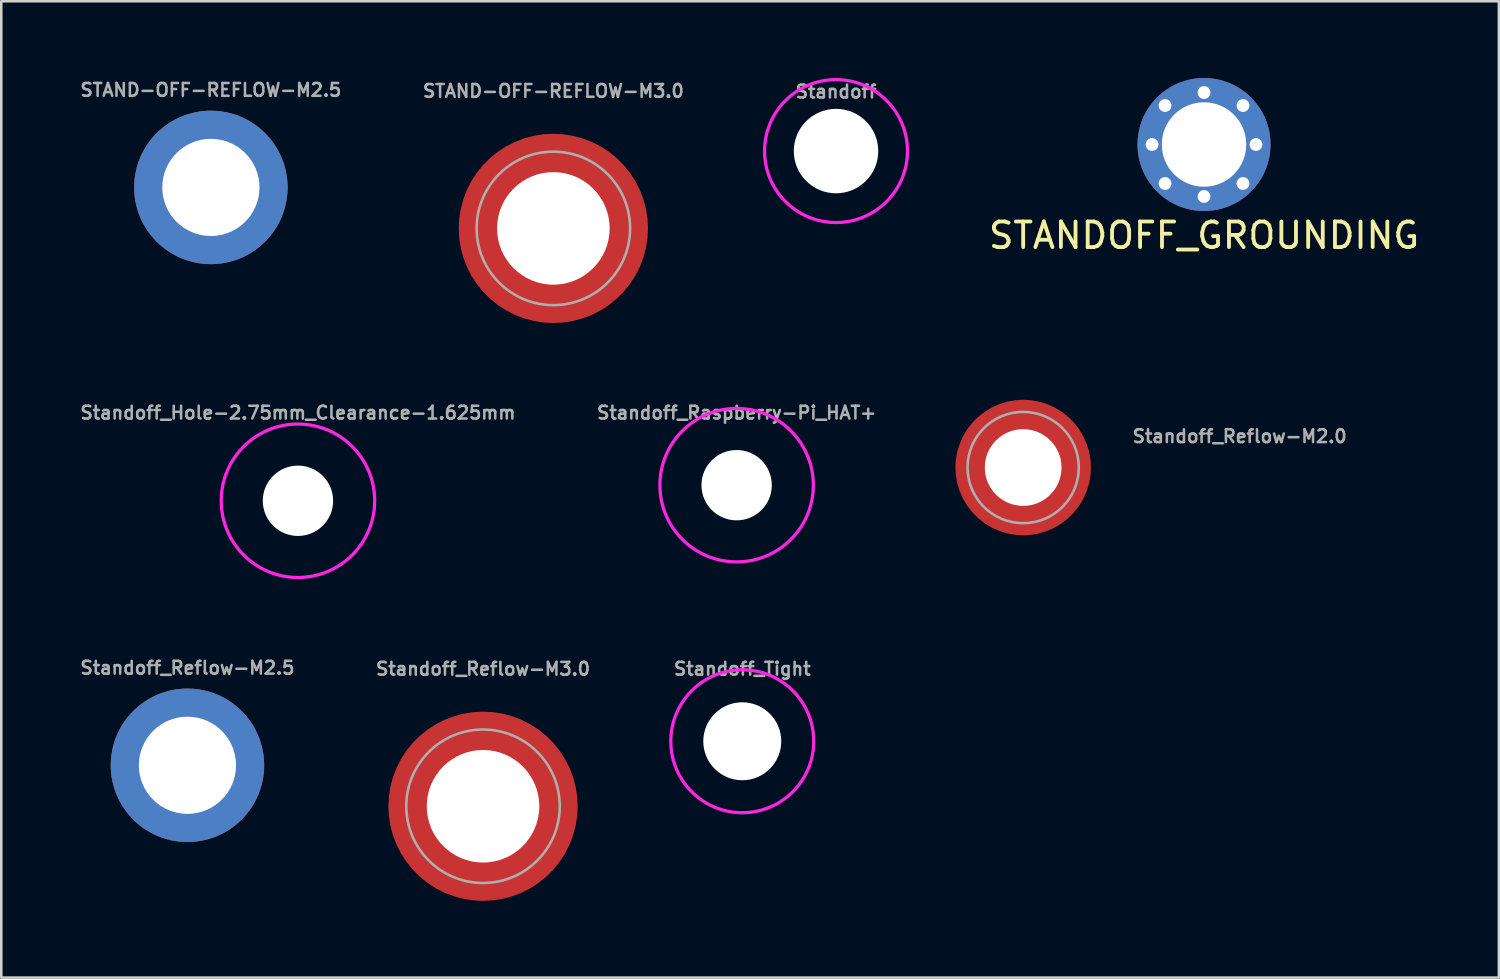
<source format=kicad_pcb>
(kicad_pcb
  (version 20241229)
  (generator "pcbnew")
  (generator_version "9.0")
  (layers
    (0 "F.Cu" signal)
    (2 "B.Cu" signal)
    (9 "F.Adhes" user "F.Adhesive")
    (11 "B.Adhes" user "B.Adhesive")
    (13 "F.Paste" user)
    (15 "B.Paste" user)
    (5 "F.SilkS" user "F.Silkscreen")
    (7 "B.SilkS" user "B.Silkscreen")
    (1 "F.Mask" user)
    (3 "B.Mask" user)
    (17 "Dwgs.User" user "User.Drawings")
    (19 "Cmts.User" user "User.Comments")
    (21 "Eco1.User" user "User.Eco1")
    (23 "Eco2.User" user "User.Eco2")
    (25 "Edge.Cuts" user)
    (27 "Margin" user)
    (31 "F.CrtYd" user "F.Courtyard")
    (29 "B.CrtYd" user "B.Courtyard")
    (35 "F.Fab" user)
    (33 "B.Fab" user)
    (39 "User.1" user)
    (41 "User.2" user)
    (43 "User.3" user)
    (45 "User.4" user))
  (footprint "STAND-OFF-REFLOW-M2.5"
    (layer "F.Cu")
    (at 5.195 4.278)
    (property "Reference" "STAND-OFF-REFLOW-M2.5" (at 0 -3.81 0) (layer "F.Fab") (effects (font (size 0.5 0.5) (thickness 0.1))))
    (fp_poly (pts (xy -1.713 0.865) (xy -1.596 1.079) (xy -1.45 1.276) (xy -1.276 1.45) (xy -1.079 1.596) (xy -0.863 1.714) (xy -0.633 1.799) (xy 0.073 1.95) (xy -0.35 1.95) (xy -0.35 3.06) (xy -0.737 2.992) (xy -1.059 2.898) (xy -1.369 2.768) (xy -1.662 2.605) (xy -1.936 2.41) (xy -2.186 2.186) (xy -2.41 1.936) (xy -2.605 1.662) (xy -2.768 1.369) (xy -2.898 1.059) (xy -2.992 0.737) (xy -3.049 0.409) (xy -3 0.4) (xy -3 0.35) (xy -1.862 0.35)) (stroke (width 0) (type default)) (fill yes) (layer "F.Paste"))
    (fp_poly (pts (xy -0.4 -3) (xy -0.35 -3) (xy -0.35 -1.862) (xy -0.865 -1.713) (xy -1.079 -1.596) (xy -1.276 -1.45) (xy -1.45 -1.276) (xy -1.596 -1.079) (xy -1.714 -0.863) (xy -1.799 -0.633) (xy -1.95 0.073) (xy -1.95 -0.35) (xy -3.06 -0.35) (xy -2.992 -0.737) (xy -2.898 -1.059) (xy -2.768 -1.369) (xy -2.605 -1.662) (xy -2.41 -1.936) (xy -2.186 -2.186) (xy -1.936 -2.41) (xy -1.662 -2.605) (xy -1.369 -2.768) (xy -1.059 -2.898) (xy -0.737 -2.992) (xy -0.409 -3.049)) (stroke (width 0) (type default)) (fill yes) (layer "F.Paste"))
    (fp_poly (pts (xy 0.737 -2.992) (xy 1.059 -2.898) (xy 1.369 -2.768) (xy 1.662 -2.605) (xy 1.936 -2.41) (xy 2.186 -2.186) (xy 2.41 -1.936) (xy 2.605 -1.662) (xy 2.768 -1.369) (xy 2.898 -1.059) (xy 2.992 -0.737) (xy 3.049 -0.409) (xy 3 -0.4) (xy 3 -0.35) (xy 1.86 -0.35) (xy 1.799 -0.633) (xy 1.714 -0.863) (xy 1.596 -1.079) (xy 1.45 -1.276) (xy 1.276 -1.45) (xy 1.079 -1.596) (xy 0.863 -1.714) (xy 0.633 -1.799) (xy -0.073 -1.95) (xy 0.35 -1.95) (xy 0.35 -3.06)) (stroke (width 0) (type default)) (fill yes) (layer "F.Paste"))
    (fp_poly (pts (xy 1.95 0.35) (xy 3.06 0.35) (xy 2.992 0.737) (xy 2.898 1.059) (xy 2.768 1.369) (xy 2.605 1.662) (xy 2.41 1.936) (xy 2.186 2.186) (xy 1.936 2.41) (xy 1.662 2.605) (xy 1.369 2.768) (xy 1.059 2.898) (xy 0.737 2.992) (xy 0.409 3.049) (xy 0.4 3) (xy 0.35 3) (xy 0.35 1.86) (xy 0.633 1.799) (xy 0.863 1.714) (xy 1.079 1.596) (xy 1.276 1.45) (xy 1.45 1.276) (xy 1.596 1.079) (xy 1.714 0.863) (xy 1.799 0.633) (xy 1.95 -0.073)) (stroke (width 0) (type default)) (fill yes) (layer "F.Paste"))
    (pad "1" thru_hole circle (at 0 0) (size 6 6) (drill 3.8) (layers "*.Cu" "*.Mask")))
  (footprint "STANDOFF_GROUNDING"
    (layer "F.Cu")
    (at 44.026 2.6)
    (property "Reference" "STANDOFF_GROUNDING" (at 0 3.556 0) (layer "F.SilkS") (effects (font (size 1 1) (thickness 0.15))))
    (attr through_hole)
    (pad "1" thru_hole circle (at -2.032 0) (size 0.5 0.5) (drill 0.5) (layers "*.Cu" "*.Mask"))
    (pad "1" thru_hole circle (at -1.524 -1.524) (size 0.5 0.5) (drill 0.5) (layers "*.Cu" "*.Mask"))
    (pad "1" thru_hole circle (at -1.524 1.524) (size 0.5 0.5) (drill 0.5) (layers "*.Cu" "*.Mask"))
    (pad "1" thru_hole circle (at 0 -2.032) (size 0.5 0.5) (drill 0.5) (layers "*.Cu" "*.Mask"))
    (pad "1" thru_hole circle (at 0 0) (size 5.2 5.2) (drill 3.302) (layers "*.Cu" "*.Mask"))
    (pad "1" thru_hole circle (at 0 2.032) (size 0.5 0.5) (drill 0.5) (layers "*.Cu" "*.Mask"))
    (pad "1" thru_hole circle (at 1.524 -1.524) (size 0.5 0.5) (drill 0.5) (layers "*.Cu" "*.Mask"))
    (pad "1" thru_hole circle (at 1.524 1.524) (size 0.5 0.5) (drill 0.5) (layers "*.Cu" "*.Mask"))
    (pad "1" thru_hole circle (at 2.032 0) (size 0.5 0.5) (drill 0.5) (layers "*.Cu" "*.Mask")))
  (footprint "Standoff_Reflow-M2.0"
    (layer "F.Cu")
    (at 36.955 15.23)
    (property "Reference" "Standoff_Reflow-M2.0" (at 4.22 -0.93 0) (layer "F.Fab") (effects (font (size 0.5 0.5) (thickness 0.1)) (justify left bottom)))
    (fp_poly (pts (xy -1.505 0.354) (xy -1.485 0.429) (xy -1.455 0.523) (xy -1.415 0.623) (xy -1.351 0.753) (xy -1.306 0.827) (xy -1.251 0.907) (xy -1.201 0.972) (xy -1.141 1.042) (xy -1.022 1.161) (xy -0.967 1.206) (xy -0.887 1.266) (xy -0.812 1.316) (xy -0.743 1.356) (xy -0.643 1.405) (xy -0.573 1.435) (xy -0.508 1.46) (xy -0.429 1.485) (xy -0.354 1.505) (xy -0.295 1.516) (xy -0.295 2.545) (xy -0.361 2.54) (xy -0.426 2.53) (xy -0.511 2.515) (xy -0.601 2.495) (xy -0.751 2.455) (xy -0.827 2.43) (xy -0.897 2.405) (xy -0.972 2.375) (xy -1.042 2.345) (xy -1.117 2.31) (xy -1.167 2.284) (xy -1.252 2.239) (xy -1.323 2.199) (xy -1.393 2.154) (xy -1.468 2.104) (xy -1.563 2.034) (xy -1.658 1.959) (xy -1.718 1.904) (xy -1.788 1.839) (xy -1.849 1.778) (xy -1.909 1.713) (xy -1.959 1.658) (xy -2.014 1.588) (xy -2.064 1.523) (xy -2.114 1.453) (xy -2.164 1.378) (xy -2.204 1.313) (xy -2.249 1.232) (xy -2.289 1.157) (xy -2.33 1.077) (xy -2.365 0.997) (xy -2.395 0.922) (xy -2.42 0.857) (xy -2.45 0.761) (xy -2.48 0.661) (xy -2.505 0.561) (xy -2.52 0.486) (xy -2.53 0.426) (xy -2.54 0.361) (xy -2.545 0.295) (xy -1.516 0.295)) (stroke (width 0) (type default)) (fill yes) (layer "F.Paste"))
    (fp_poly (pts (xy -0.295 -1.516) (xy -0.354 -1.505) (xy -0.429 -1.485) (xy -0.523 -1.455) (xy -0.623 -1.415) (xy -0.753 -1.351) (xy -0.827 -1.306) (xy -0.907 -1.251) (xy -0.972 -1.201) (xy -1.042 -1.141) (xy -1.161 -1.022) (xy -1.206 -0.967) (xy -1.266 -0.887) (xy -1.316 -0.812) (xy -1.356 -0.743) (xy -1.405 -0.643) (xy -1.435 -0.573) (xy -1.46 -0.508) (xy -1.485 -0.429) (xy -1.505 -0.354) (xy -1.516 -0.295) (xy -2.545 -0.295) (xy -2.54 -0.361) (xy -2.53 -0.426) (xy -2.515 -0.511) (xy -2.495 -0.601) (xy -2.455 -0.751) (xy -2.43 -0.827) (xy -2.405 -0.897) (xy -2.375 -0.972) (xy -2.345 -1.042) (xy -2.31 -1.117) (xy -2.284 -1.167) (xy -2.239 -1.252) (xy -2.199 -1.323) (xy -2.154 -1.393) (xy -2.104 -1.468) (xy -2.034 -1.563) (xy -1.959 -1.658) (xy -1.904 -1.718) (xy -1.839 -1.788) (xy -1.778 -1.849) (xy -1.713 -1.909) (xy -1.658 -1.959) (xy -1.588 -2.014) (xy -1.523 -2.064) (xy -1.453 -2.114) (xy -1.378 -2.164) (xy -1.313 -2.204) (xy -1.232 -2.249) (xy -1.157 -2.289) (xy -1.077 -2.33) (xy -0.997 -2.365) (xy -0.922 -2.395) (xy -0.857 -2.42) (xy -0.761 -2.45) (xy -0.661 -2.48) (xy -0.561 -2.505) (xy -0.486 -2.52) (xy -0.426 -2.53) (xy -0.361 -2.54) (xy -0.295 -2.545)) (stroke (width 0) (type default)) (fill yes) (layer "F.Paste"))
    (fp_poly (pts (xy 0.361 -2.54) (xy 0.426 -2.53) (xy 0.511 -2.515) (xy 0.601 -2.495) (xy 0.751 -2.455) (xy 0.827 -2.43) (xy 0.897 -2.405) (xy 0.972 -2.375) (xy 1.042 -2.345) (xy 1.117 -2.31) (xy 1.167 -2.284) (xy 1.252 -2.239) (xy 1.323 -2.199) (xy 1.393 -2.154) (xy 1.468 -2.104) (xy 1.563 -2.034) (xy 1.658 -1.959) (xy 1.718 -1.904) (xy 1.788 -1.839) (xy 1.849 -1.778) (xy 1.909 -1.713) (xy 1.959 -1.658) (xy 2.014 -1.588) (xy 2.064 -1.523) (xy 2.114 -1.453) (xy 2.164 -1.378) (xy 2.204 -1.313) (xy 2.249 -1.232) (xy 2.289 -1.157) (xy 2.33 -1.077) (xy 2.365 -0.997) (xy 2.395 -0.922) (xy 2.42 -0.857) (xy 2.45 -0.761) (xy 2.48 -0.661) (xy 2.505 -0.561) (xy 2.52 -0.486) (xy 2.53 -0.426) (xy 2.54 -0.361) (xy 2.545 -0.295) (xy 1.516 -0.295) (xy 1.505 -0.354) (xy 1.485 -0.429) (xy 1.455 -0.523) (xy 1.415 -0.623) (xy 1.351 -0.753) (xy 1.306 -0.827) (xy 1.251 -0.907) (xy 1.201 -0.972) (xy 1.141 -1.042) (xy 1.022 -1.161) (xy 0.967 -1.206) (xy 0.887 -1.266) (xy 0.812 -1.316) (xy 0.743 -1.356) (xy 0.643 -1.405) (xy 0.573 -1.435) (xy 0.508 -1.46) (xy 0.429 -1.485) (xy 0.354 -1.505) (xy 0.295 -1.516) (xy 0.295 -2.545)) (stroke (width 0) (type default)) (fill yes) (layer "F.Paste"))
    (fp_poly (pts (xy 2.54 0.361) (xy 2.53 0.426) (xy 2.515 0.511) (xy 2.495 0.601) (xy 2.455 0.751) (xy 2.43 0.827) (xy 2.405 0.897) (xy 2.375 0.972) (xy 2.345 1.042) (xy 2.31 1.117) (xy 2.284 1.167) (xy 2.239 1.252) (xy 2.199 1.323) (xy 2.154 1.393) (xy 2.104 1.468) (xy 2.034 1.563) (xy 1.959 1.658) (xy 1.904 1.718) (xy 1.839 1.788) (xy 1.778 1.849) (xy 1.713 1.909) (xy 1.658 1.959) (xy 1.588 2.014) (xy 1.523 2.064) (xy 1.453 2.114) (xy 1.378 2.164) (xy 1.313 2.204) (xy 1.232 2.249) (xy 1.157 2.289) (xy 1.077 2.33) (xy 0.997 2.365) (xy 0.922 2.395) (xy 0.857 2.42) (xy 0.761 2.45) (xy 0.661 2.48) (xy 0.561 2.505) (xy 0.486 2.52) (xy 0.426 2.53) (xy 0.361 2.54) (xy 0.295 2.545) (xy 0.295 1.516) (xy 0.354 1.505) (xy 0.429 1.485) (xy 0.523 1.455) (xy 0.623 1.415) (xy 0.753 1.351) (xy 0.827 1.306) (xy 0.907 1.251) (xy 0.972 1.201) (xy 1.042 1.141) (xy 1.161 1.022) (xy 1.206 0.967) (xy 1.266 0.887) (xy 1.316 0.812) (xy 1.356 0.743) (xy 1.405 0.643) (xy 1.435 0.573) (xy 1.46 0.508) (xy 1.485 0.429) (xy 1.505 0.354) (xy 1.516 0.295) (xy 2.545 0.295)) (stroke (width 0) (type default)) (fill yes) (layer "F.Paste"))
    (fp_circle (center 0 0) (end 2.175 0) (stroke (width 0.1) (type solid)) (fill no) (layer "F.Fab"))
    (pad "" np_thru_hole circle (at 0 0) (size 3 3) (drill 3) (layers "*.Cu" "*.Mask"))
    (pad "1" smd roundrect (at 0 0) (size 5.3 5.3) (layers "F.Cu" "F.Mask") (roundrect_rratio 0.5)))
  (footprint "Standoff_Raspberry-Pi_HAT+"
    (layer "F.Cu")
    (at 25.752 15.92)
    (property "Reference" "Standoff_Raspberry-Pi_HAT+" (at 0 -2.54 0) (layer "F.Fab") (effects (font (size 0.5 0.5) (thickness 0.1)) (justify bottom)))
    (fp_circle (center 0 0) (end 2.9 0) (stroke (width 0.1) (type default)) (fill yes) (layer "F.Mask"))
    (fp_circle (center 0 0) (end 2.9 0) (stroke (width 0.1) (type default)) (fill yes) (layer "B.Mask"))
    (fp_circle (center 0 0) (end 3 0) (stroke (width 0.127) (type solid)) (fill no) (layer "F.CrtYd"))
    (pad "" np_thru_hole circle (at 0 0) (size 2.75 2.75) (drill 2.75) (layers "*.Cu" "*.Mask")))
  (footprint "Standoff"
    (layer "F.Cu")
    (at 29.638 2.857)
    (property "Reference" "Standoff" (at 0 -2.032 0) (layer "F.Fab") (effects (font (size 0.5 0.5) (thickness 0.1)) (justify bottom)))
    (fp_circle (center 0 0) (end 2.794 0) (stroke (width 0.127) (type solid)) (fill no) (layer "F.CrtYd"))
    (pad "" np_thru_hole circle (at 0 0) (size 3.302 3.302) (drill 3.302) (layers "*.Cu" "*.Mask")))
  (footprint "Standoff_Hole-2.75mm_Clearance-1.625mm"
    (layer "F.Cu")
    (at 8.6 16.53)
    (property "Reference" "Standoff_Hole-2.75mm_Clearance-1.625mm" (at 0 -3.15 0) (layer "F.Fab") (effects (font (size 0.5 0.5) (thickness 0.1)) (justify bottom)))
    (attr exclude_from_bom)
    (fp_circle (center 0 0) (end 2.9 0) (stroke (width 0.1) (type default)) (fill yes) (layer "F.Mask"))
    (fp_circle (center 0 0) (end 2.9 0) (stroke (width 0.1) (type default)) (fill yes) (layer "B.Mask"))
    (fp_circle (center 0 0) (end 3 0) (stroke (width 0.127) (type solid)) (fill no) (layer "F.CrtYd"))
    (pad "" np_thru_hole circle (at 0 0) (size 2.75 2.75) (drill 2.75) (layers "*.Cu" "*.Mask")))
  (footprint "STAND-OFF-REFLOW-M3.0"
    (layer "F.Cu")
    (at 18.586 5.88)
    (property "Reference" "STAND-OFF-REFLOW-M3.0" (at 0 -5.08 0) (layer "F.Fab") (effects (font (size 0.5 0.5) (thickness 0.1)) (justify bottom)))
    (fp_poly (pts (xy 0.776 -3.563) (xy 1.14 -3.462) (xy 1.493 -3.325) (xy 1.829 -3.152) (xy 2.146 -2.945) (xy 2.439 -2.707) (xy 2.707 -2.439) (xy 2.945 -2.146) (xy 3.152 -1.829) (xy 3.325 -1.493) (xy 3.463 -1.14) (xy 3.631 -0.375) (xy 2.23 -0.375) (xy 2.152 -0.693) (xy 2.039 -0.977) (xy 1.889 -1.243) (xy 1.703 -1.487) (xy 1.487 -1.703) (xy 1.243 -1.889) (xy 0.978 -2.038) (xy 0.375 -2.232) (xy 0.375 -3.625) (xy 0.402 -3.625)) (stroke (width 0) (type default)) (fill yes) (layer "F.Paste"))
    (fp_poly (pts (xy 3.463 1.14) (xy 3.325 1.493) (xy 3.152 1.829) (xy 2.945 2.146) (xy 2.707 2.439) (xy 2.439 2.707) (xy 2.146 2.945) (xy 1.829 3.152) (xy 1.493 3.325) (xy 1.14 3.462) (xy 0.776 3.563) (xy 0.402 3.625) (xy 0.375 3.625) (xy 0.375 2.232) (xy 0.978 2.038) (xy 1.243 1.889) (xy 1.487 1.703) (xy 1.703 1.487) (xy 1.889 1.243) (xy 2.039 0.977) (xy 2.152 0.693) (xy 2.23 0.375) (xy 3.631 0.375)) (stroke (width 0) (type default)) (fill yes) (layer "F.Paste"))
    (fp_poly (pts (xy -2.152 0.693) (xy -2.039 0.977) (xy -1.889 1.243) (xy -1.703 1.487) (xy -1.487 1.703) (xy -1.243 1.889) (xy -0.977 2.039) (xy -0.693 2.152) (xy -0.375 2.23) (xy -0.375 3.625) (xy -0.402 3.625) (xy -0.776 3.563) (xy -1.14 3.462) (xy -1.493 3.325) (xy -1.829 3.152) (xy -2.146 2.945) (xy -2.439 2.707) (xy -2.707 2.439) (xy -2.945 2.146) (xy -3.152 1.829) (xy -3.325 1.493) (xy -3.463 1.14) (xy -3.631 0.375) (xy -2.23 0.375)) (stroke (width 0) (type default)) (fill yes) (layer "F.Paste"))
    (fp_poly (pts (xy -0.375 -2.23) (xy -0.693 -2.152) (xy -0.977 -2.039) (xy -1.243 -1.889) (xy -1.487 -1.703) (xy -1.703 -1.487) (xy -1.889 -1.243) (xy -2.039 -0.977) (xy -2.152 -0.693) (xy -2.23 -0.375) (xy -3.631 -0.375) (xy -3.463 -1.14) (xy -3.325 -1.493) (xy -3.152 -1.829) (xy -2.945 -2.146) (xy -2.707 -2.439) (xy -2.439 -2.707) (xy -2.146 -2.945) (xy -1.829 -3.152) (xy -1.493 -3.325) (xy -1.14 -3.462) (xy -0.776 -3.563) (xy -0.402 -3.625) (xy -0.375 -3.625)) (stroke (width 0) (type default)) (fill yes) (layer "F.Paste"))
    (fp_circle (center 0 0) (end 3 0) (stroke (width 0.1) (type solid)) (fill no) (layer "F.Fab"))
    (pad "" np_thru_hole circle (at 0 0) (size 4.4 4.4) (drill 4.4) (layers "*.Cu" "*.Mask"))
    (pad "1" smd roundrect (at 0 0) (size 7.4 7.4) (layers "F.Cu" "F.Mask") (roundrect_rratio 0.5)))
  (footprint "Standoff_Tight"
    (layer "F.Cu")
    (at 25.972 25.933)
    (property "Reference" "Standoff_Tight" (at 0 -2.54 0) (layer "F.Fab") (effects (font (size 0.5 0.5) (thickness 0.1)) (justify bottom)))
    (fp_circle (center 0 0) (end 2.794 0) (stroke (width 0.127) (type solid)) (fill no) (layer "F.CrtYd"))
    (pad "" np_thru_hole circle (at 0 0) (size 3.048 3.048) (drill 3.048) (layers "*.Cu" "*.Mask")))
  (footprint "Standoff_Reflow-M3.0"
    (layer "F.Cu")
    (at 15.836 28.474)
    (property "Reference" "Standoff_Reflow-M3.0" (at 0 -5.08 0) (layer "F.Fab") (effects (font (size 0.5 0.5) (thickness 0.1)) (justify bottom)))
    (fp_poly (pts (xy 0.776 -3.563) (xy 1.14 -3.462) (xy 1.493 -3.325) (xy 1.829 -3.152) (xy 2.146 -2.945) (xy 2.439 -2.707) (xy 2.707 -2.439) (xy 2.945 -2.146) (xy 3.152 -1.829) (xy 3.325 -1.493) (xy 3.463 -1.14) (xy 3.631 -0.375) (xy 2.23 -0.375) (xy 2.152 -0.693) (xy 2.039 -0.977) (xy 1.889 -1.243) (xy 1.703 -1.487) (xy 1.487 -1.703) (xy 1.243 -1.889) (xy 0.978 -2.038) (xy 0.375 -2.232) (xy 0.375 -3.625) (xy 0.402 -3.625)) (stroke (width 0) (type default)) (fill yes) (layer "F.Paste"))
    (fp_poly (pts (xy 3.463 1.14) (xy 3.325 1.493) (xy 3.152 1.829) (xy 2.945 2.146) (xy 2.707 2.439) (xy 2.439 2.707) (xy 2.146 2.945) (xy 1.829 3.152) (xy 1.493 3.325) (xy 1.14 3.462) (xy 0.776 3.563) (xy 0.402 3.625) (xy 0.375 3.625) (xy 0.375 2.232) (xy 0.978 2.038) (xy 1.243 1.889) (xy 1.487 1.703) (xy 1.703 1.487) (xy 1.889 1.243) (xy 2.039 0.977) (xy 2.152 0.693) (xy 2.23 0.375) (xy 3.631 0.375)) (stroke (width 0) (type default)) (fill yes) (layer "F.Paste"))
    (fp_poly (pts (xy -2.152 0.693) (xy -2.039 0.977) (xy -1.889 1.243) (xy -1.703 1.487) (xy -1.487 1.703) (xy -1.243 1.889) (xy -0.977 2.039) (xy -0.693 2.152) (xy -0.375 2.23) (xy -0.375 3.625) (xy -0.402 3.625) (xy -0.776 3.563) (xy -1.14 3.462) (xy -1.493 3.325) (xy -1.829 3.152) (xy -2.146 2.945) (xy -2.439 2.707) (xy -2.707 2.439) (xy -2.945 2.146) (xy -3.152 1.829) (xy -3.325 1.493) (xy -3.463 1.14) (xy -3.631 0.375) (xy -2.23 0.375)) (stroke (width 0) (type default)) (fill yes) (layer "F.Paste"))
    (fp_poly (pts (xy -0.375 -2.23) (xy -0.693 -2.152) (xy -0.977 -2.039) (xy -1.243 -1.889) (xy -1.487 -1.703) (xy -1.703 -1.487) (xy -1.889 -1.243) (xy -2.039 -0.977) (xy -2.152 -0.693) (xy -2.23 -0.375) (xy -3.631 -0.375) (xy -3.463 -1.14) (xy -3.325 -1.493) (xy -3.152 -1.829) (xy -2.945 -2.146) (xy -2.707 -2.439) (xy -2.439 -2.707) (xy -2.146 -2.945) (xy -1.829 -3.152) (xy -1.493 -3.325) (xy -1.14 -3.462) (xy -0.776 -3.563) (xy -0.402 -3.625) (xy -0.375 -3.625)) (stroke (width 0) (type default)) (fill yes) (layer "F.Paste"))
    (fp_circle (center 0 0) (end 3 0) (stroke (width 0.1) (type solid)) (fill no) (layer "F.Fab"))
    (pad "" np_thru_hole circle (at 0 0) (size 4.4 4.4) (drill 4.4) (layers "*.Cu" "*.Mask"))
    (pad "1" smd roundrect (at 0 0) (size 7.4 7.4) (layers "F.Cu" "F.Mask") (roundrect_rratio 0.5)))
  (footprint "Standoff_Reflow-M2.5"
    (layer "F.Cu")
    (at 4.279 26.872)
    (property "Reference" "Standoff_Reflow-M2.5" (at 0 -3.81 0) (layer "F.Fab") (effects (font (size 0.5 0.5) (thickness 0.1))))
    (fp_poly (pts (xy -1.713 0.865) (xy -1.596 1.079) (xy -1.45 1.276) (xy -1.276 1.45) (xy -1.079 1.596) (xy -0.863 1.714) (xy -0.633 1.799) (xy 0.073 1.95) (xy -0.35 1.95) (xy -0.35 3.06) (xy -0.737 2.992) (xy -1.059 2.898) (xy -1.369 2.768) (xy -1.662 2.605) (xy -1.936 2.41) (xy -2.186 2.186) (xy -2.41 1.936) (xy -2.605 1.662) (xy -2.768 1.369) (xy -2.898 1.059) (xy -2.992 0.737) (xy -3.049 0.409) (xy -3 0.4) (xy -3 0.35) (xy -1.862 0.35)) (stroke (width 0) (type default)) (fill yes) (layer "F.Paste"))
    (fp_poly (pts (xy -0.4 -3) (xy -0.35 -3) (xy -0.35 -1.862) (xy -0.865 -1.713) (xy -1.079 -1.596) (xy -1.276 -1.45) (xy -1.45 -1.276) (xy -1.596 -1.079) (xy -1.714 -0.863) (xy -1.799 -0.633) (xy -1.95 0.073) (xy -1.95 -0.35) (xy -3.06 -0.35) (xy -2.992 -0.737) (xy -2.898 -1.059) (xy -2.768 -1.369) (xy -2.605 -1.662) (xy -2.41 -1.936) (xy -2.186 -2.186) (xy -1.936 -2.41) (xy -1.662 -2.605) (xy -1.369 -2.768) (xy -1.059 -2.898) (xy -0.737 -2.992) (xy -0.409 -3.049)) (stroke (width 0) (type default)) (fill yes) (layer "F.Paste"))
    (fp_poly (pts (xy 0.737 -2.992) (xy 1.059 -2.898) (xy 1.369 -2.768) (xy 1.662 -2.605) (xy 1.936 -2.41) (xy 2.186 -2.186) (xy 2.41 -1.936) (xy 2.605 -1.662) (xy 2.768 -1.369) (xy 2.898 -1.059) (xy 2.992 -0.737) (xy 3.049 -0.409) (xy 3 -0.4) (xy 3 -0.35) (xy 1.86 -0.35) (xy 1.799 -0.633) (xy 1.714 -0.863) (xy 1.596 -1.079) (xy 1.45 -1.276) (xy 1.276 -1.45) (xy 1.079 -1.596) (xy 0.863 -1.714) (xy 0.633 -1.799) (xy -0.073 -1.95) (xy 0.35 -1.95) (xy 0.35 -3.06)) (stroke (width 0) (type default)) (fill yes) (layer "F.Paste"))
    (fp_poly (pts (xy 1.95 0.35) (xy 3.06 0.35) (xy 2.992 0.737) (xy 2.898 1.059) (xy 2.768 1.369) (xy 2.605 1.662) (xy 2.41 1.936) (xy 2.186 2.186) (xy 1.936 2.41) (xy 1.662 2.605) (xy 1.369 2.768) (xy 1.059 2.898) (xy 0.737 2.992) (xy 0.409 3.049) (xy 0.4 3) (xy 0.35 3) (xy 0.35 1.86) (xy 0.633 1.799) (xy 0.863 1.714) (xy 1.079 1.596) (xy 1.276 1.45) (xy 1.45 1.276) (xy 1.596 1.079) (xy 1.714 0.863) (xy 1.799 0.633) (xy 1.95 -0.073)) (stroke (width 0) (type default)) (fill yes) (layer "F.Paste"))
    (pad "1" thru_hole circle (at 0 0) (size 6 6) (drill 3.8) (layers "*.Cu" "*.Mask")))
  (gr_rect
    (start -3 -3)
    (end 55.555 35.173)
    (stroke (width 0.1) (type default))
    (fill no)
    (layer "Edge.Cuts")))
</source>
